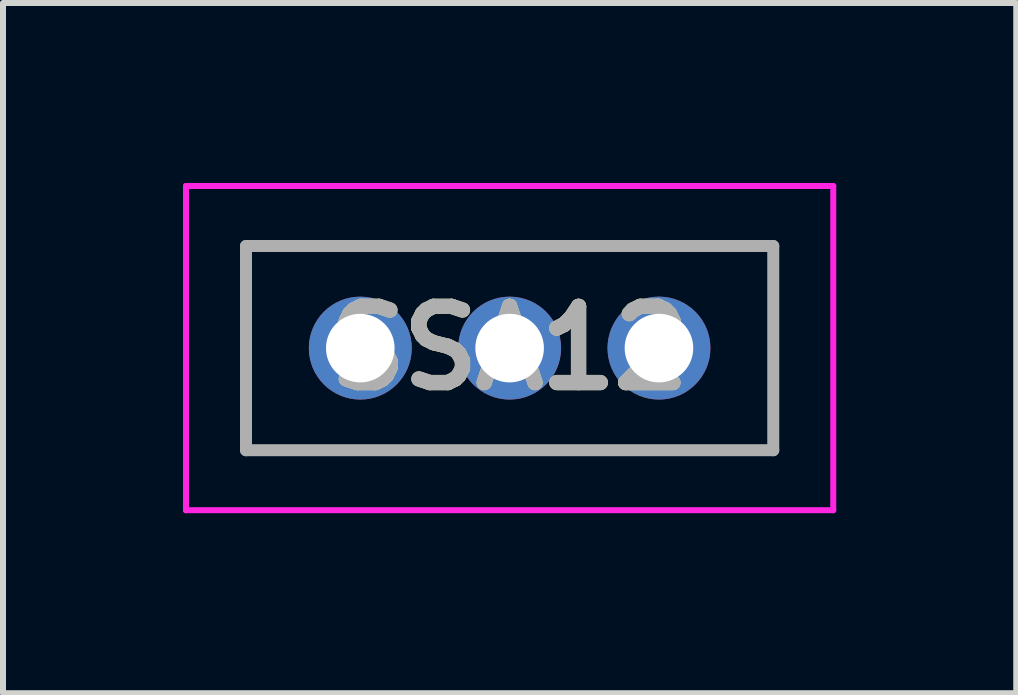
<source format=kicad_pcb>
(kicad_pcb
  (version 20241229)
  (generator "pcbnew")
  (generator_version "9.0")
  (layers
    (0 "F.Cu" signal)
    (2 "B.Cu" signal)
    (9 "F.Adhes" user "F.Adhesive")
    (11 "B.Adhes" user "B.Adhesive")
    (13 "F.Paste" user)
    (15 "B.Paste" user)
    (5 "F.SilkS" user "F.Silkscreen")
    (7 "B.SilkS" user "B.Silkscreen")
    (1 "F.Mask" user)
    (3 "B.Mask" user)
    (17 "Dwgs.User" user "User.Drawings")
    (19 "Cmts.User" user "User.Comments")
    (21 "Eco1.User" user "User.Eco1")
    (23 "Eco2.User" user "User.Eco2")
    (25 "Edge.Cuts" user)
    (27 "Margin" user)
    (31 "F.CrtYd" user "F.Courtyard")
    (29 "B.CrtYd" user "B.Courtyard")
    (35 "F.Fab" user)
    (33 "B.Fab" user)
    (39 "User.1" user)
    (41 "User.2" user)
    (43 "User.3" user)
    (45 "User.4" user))
  (footprint "SSA12"
    (layer "F.Cu")
    (at 2.955 2.752)
    (property "Reference" "SSA12" (at 2.489 0 0) (layer "F.SilkS") (effects (font (size 1.27 1.27) (thickness 0.254))))
    (attr through_hole)
    (fp_line (start -1.905 -1.702) (end 6.883 -1.702) (stroke (width 0.1) (type solid)) (layer "F.SilkS"))
    (fp_line (start -1.905 1.702) (end -1.905 -1.702) (stroke (width 0.1) (type solid)) (layer "F.SilkS"))
    (fp_line (start 6.883 -1.702) (end 6.883 1.702) (stroke (width 0.1) (type solid)) (layer "F.SilkS"))
    (fp_line (start 6.883 1.702) (end -1.905 1.702) (stroke (width 0.1) (type solid)) (layer "F.SilkS"))
    (fp_line (start -2.905 -2.702) (end 7.883 -2.702) (stroke (width 0.1) (type solid)) (layer "F.CrtYd"))
    (fp_line (start -2.905 2.702) (end -2.905 -2.702) (stroke (width 0.1) (type solid)) (layer "F.CrtYd"))
    (fp_line (start 7.883 -2.702) (end 7.883 2.702) (stroke (width 0.1) (type solid)) (layer "F.CrtYd"))
    (fp_line (start 7.883 2.702) (end -2.905 2.702) (stroke (width 0.1) (type solid)) (layer "F.CrtYd"))
    (fp_line (start -1.905 -1.702) (end 6.883 -1.702) (stroke (width 0.2) (type solid)) (layer "F.Fab"))
    (fp_line (start -1.905 1.702) (end -1.905 -1.702) (stroke (width 0.2) (type solid)) (layer "F.Fab"))
    (fp_line (start 6.883 -1.702) (end 6.883 1.702) (stroke (width 0.2) (type solid)) (layer "F.Fab"))
    (fp_line (start 6.883 1.702) (end -1.905 1.702) (stroke (width 0.2) (type solid)) (layer "F.Fab"))
    (fp_text user "${REFERENCE}" (at 2.489 0 0) (layer "F.Fab") (effects (font (size 1.27 1.27) (thickness 0.254))))
    (pad "1" thru_hole circle (at 0 0) (size 1.715 1.715) (drill 1.143) (layers "*.Cu" "*.Mask"))
    (pad "2" thru_hole circle (at 2.489 0) (size 1.715 1.715) (drill 1.143) (layers "*.Cu" "*.Mask"))
    (pad "3" thru_hole circle (at 4.978 0) (size 1.715 1.715) (drill 1.143) (layers "*.Cu" "*.Mask")))
  (gr_rect
    (start -3 -3)
    (end 13.888 8.504)
    (stroke (width 0.1) (type default))
    (fill no)
    (layer "Edge.Cuts")))
</source>
